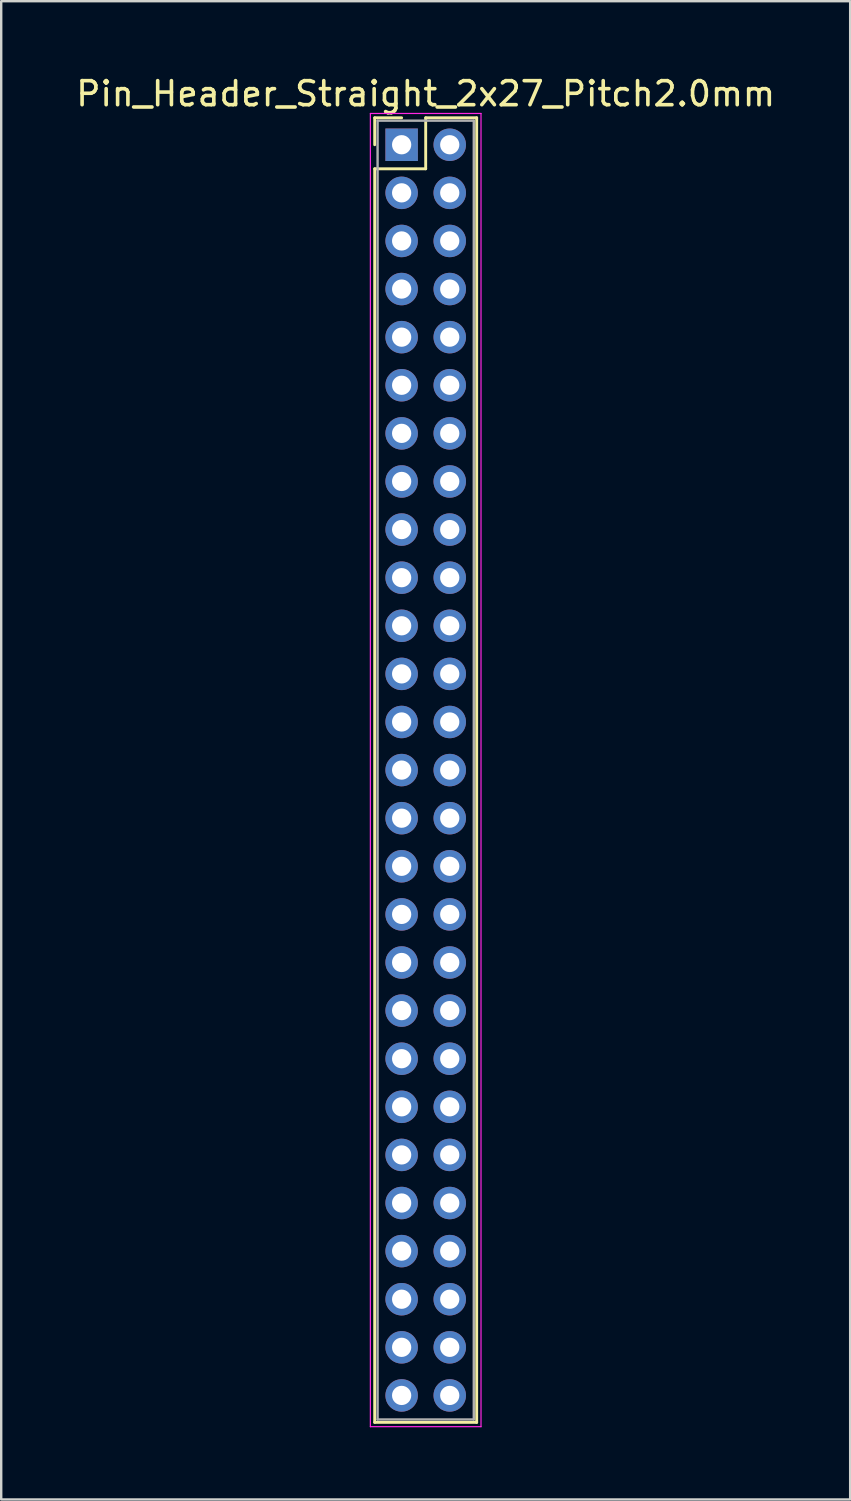
<source format=kicad_pcb>
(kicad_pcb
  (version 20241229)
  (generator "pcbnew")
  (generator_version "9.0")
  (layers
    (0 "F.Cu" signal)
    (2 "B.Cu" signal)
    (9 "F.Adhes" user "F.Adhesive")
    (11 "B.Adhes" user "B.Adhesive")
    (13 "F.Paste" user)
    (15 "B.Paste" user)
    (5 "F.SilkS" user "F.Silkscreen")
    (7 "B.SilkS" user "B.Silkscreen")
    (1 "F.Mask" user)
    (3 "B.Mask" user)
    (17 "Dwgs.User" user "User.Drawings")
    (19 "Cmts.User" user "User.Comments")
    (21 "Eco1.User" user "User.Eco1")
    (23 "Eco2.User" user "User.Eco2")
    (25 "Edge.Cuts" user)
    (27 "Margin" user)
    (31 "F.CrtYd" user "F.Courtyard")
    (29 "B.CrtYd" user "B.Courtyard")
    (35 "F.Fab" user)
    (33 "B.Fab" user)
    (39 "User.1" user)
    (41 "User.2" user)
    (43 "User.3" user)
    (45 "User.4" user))
  (footprint "Pin_Header_Straight_2x27_Pitch2.0mm"
    (layer "F.Cu")
    (at 13.649 2.968)
    (property "Reference" "Pin_Header_Straight_2x27_Pitch2.0mm" (at 1 -2.12 0) (layer "F.SilkS") (effects (font (size 1 1) (thickness 0.15))))
    (attr through_hole)
    (fp_line (start -1.12 -1.12) (end 0 -1.12) (stroke (width 0.12) (type solid)) (layer "F.SilkS"))
    (fp_line (start -1.12 0) (end -1.12 -1.12) (stroke (width 0.12) (type solid)) (layer "F.SilkS"))
    (fp_line (start -1.12 1) (end -1.12 53.12) (stroke (width 0.12) (type solid)) (layer "F.SilkS"))
    (fp_line (start -1.12 53.12) (end 3.12 53.12) (stroke (width 0.12) (type solid)) (layer "F.SilkS"))
    (fp_line (start 1 -1.12) (end 1 1) (stroke (width 0.12) (type solid)) (layer "F.SilkS"))
    (fp_line (start 1 1) (end -1.12 1) (stroke (width 0.12) (type solid)) (layer "F.SilkS"))
    (fp_line (start 3.12 -1.12) (end 1 -1.12) (stroke (width 0.12) (type solid)) (layer "F.SilkS"))
    (fp_line (start 3.12 53.12) (end 3.12 -1.12) (stroke (width 0.12) (type solid)) (layer "F.SilkS"))
    (fp_line (start -1.3 -1.3) (end -1.3 53.3) (stroke (width 0.05) (type solid)) (layer "F.CrtYd"))
    (fp_line (start -1.3 53.3) (end 3.3 53.3) (stroke (width 0.05) (type solid)) (layer "F.CrtYd"))
    (fp_line (start 3.3 -1.3) (end -1.3 -1.3) (stroke (width 0.05) (type solid)) (layer "F.CrtYd"))
    (fp_line (start 3.3 53.3) (end 3.3 -1.3) (stroke (width 0.05) (type solid)) (layer "F.CrtYd"))
    (fp_line (start -1 -1) (end -1 53) (stroke (width 0.1) (type solid)) (layer "F.Fab"))
    (fp_line (start -1 53) (end 3 53) (stroke (width 0.1) (type solid)) (layer "F.Fab"))
    (fp_line (start 3 -1) (end -1 -1) (stroke (width 0.1) (type solid)) (layer "F.Fab"))
    (fp_line (start 3 53) (end 3 -1) (stroke (width 0.1) (type solid)) (layer "F.Fab"))
    (pad "1" thru_hole rect (at 0 0) (size 1.35 1.35) (drill 0.8) (layers "*.Cu" "*.Mask"))
    (pad "2" thru_hole oval (at 2 0) (size 1.35 1.35) (drill 0.8) (layers "*.Cu" "*.Mask"))
    (pad "3" thru_hole oval (at 0 2) (size 1.35 1.35) (drill 0.8) (layers "*.Cu" "*.Mask"))
    (pad "4" thru_hole oval (at 2 2) (size 1.35 1.35) (drill 0.8) (layers "*.Cu" "*.Mask"))
    (pad "5" thru_hole oval (at 0 4) (size 1.35 1.35) (drill 0.8) (layers "*.Cu" "*.Mask"))
    (pad "6" thru_hole oval (at 2 4) (size 1.35 1.35) (drill 0.8) (layers "*.Cu" "*.Mask"))
    (pad "7" thru_hole oval (at 0 6) (size 1.35 1.35) (drill 0.8) (layers "*.Cu" "*.Mask"))
    (pad "8" thru_hole oval (at 2 6) (size 1.35 1.35) (drill 0.8) (layers "*.Cu" "*.Mask"))
    (pad "9" thru_hole oval (at 0 8) (size 1.35 1.35) (drill 0.8) (layers "*.Cu" "*.Mask"))
    (pad "10" thru_hole oval (at 2 8) (size 1.35 1.35) (drill 0.8) (layers "*.Cu" "*.Mask"))
    (pad "11" thru_hole oval (at 0 10) (size 1.35 1.35) (drill 0.8) (layers "*.Cu" "*.Mask"))
    (pad "12" thru_hole oval (at 2 10) (size 1.35 1.35) (drill 0.8) (layers "*.Cu" "*.Mask"))
    (pad "13" thru_hole oval (at 0 12) (size 1.35 1.35) (drill 0.8) (layers "*.Cu" "*.Mask"))
    (pad "14" thru_hole oval (at 2 12) (size 1.35 1.35) (drill 0.8) (layers "*.Cu" "*.Mask"))
    (pad "15" thru_hole oval (at 0 14) (size 1.35 1.35) (drill 0.8) (layers "*.Cu" "*.Mask"))
    (pad "16" thru_hole oval (at 2 14) (size 1.35 1.35) (drill 0.8) (layers "*.Cu" "*.Mask"))
    (pad "17" thru_hole oval (at 0 16) (size 1.35 1.35) (drill 0.8) (layers "*.Cu" "*.Mask"))
    (pad "18" thru_hole oval (at 2 16) (size 1.35 1.35) (drill 0.8) (layers "*.Cu" "*.Mask"))
    (pad "19" thru_hole oval (at 0 18) (size 1.35 1.35) (drill 0.8) (layers "*.Cu" "*.Mask"))
    (pad "20" thru_hole oval (at 2 18) (size 1.35 1.35) (drill 0.8) (layers "*.Cu" "*.Mask"))
    (pad "21" thru_hole oval (at 0 20) (size 1.35 1.35) (drill 0.8) (layers "*.Cu" "*.Mask"))
    (pad "22" thru_hole oval (at 2 20) (size 1.35 1.35) (drill 0.8) (layers "*.Cu" "*.Mask"))
    (pad "23" thru_hole oval (at 0 22) (size 1.35 1.35) (drill 0.8) (layers "*.Cu" "*.Mask"))
    (pad "24" thru_hole oval (at 2 22) (size 1.35 1.35) (drill 0.8) (layers "*.Cu" "*.Mask"))
    (pad "25" thru_hole oval (at 0 24) (size 1.35 1.35) (drill 0.8) (layers "*.Cu" "*.Mask"))
    (pad "26" thru_hole oval (at 2 24) (size 1.35 1.35) (drill 0.8) (layers "*.Cu" "*.Mask"))
    (pad "27" thru_hole oval (at 0 26) (size 1.35 1.35) (drill 0.8) (layers "*.Cu" "*.Mask"))
    (pad "28" thru_hole oval (at 2 26) (size 1.35 1.35) (drill 0.8) (layers "*.Cu" "*.Mask"))
    (pad "29" thru_hole oval (at 0 28) (size 1.35 1.35) (drill 0.8) (layers "*.Cu" "*.Mask"))
    (pad "30" thru_hole oval (at 2 28) (size 1.35 1.35) (drill 0.8) (layers "*.Cu" "*.Mask"))
    (pad "31" thru_hole oval (at 0 30) (size 1.35 1.35) (drill 0.8) (layers "*.Cu" "*.Mask"))
    (pad "32" thru_hole oval (at 2 30) (size 1.35 1.35) (drill 0.8) (layers "*.Cu" "*.Mask"))
    (pad "33" thru_hole oval (at 0 32) (size 1.35 1.35) (drill 0.8) (layers "*.Cu" "*.Mask"))
    (pad "34" thru_hole oval (at 2 32) (size 1.35 1.35) (drill 0.8) (layers "*.Cu" "*.Mask"))
    (pad "35" thru_hole oval (at 0 34) (size 1.35 1.35) (drill 0.8) (layers "*.Cu" "*.Mask"))
    (pad "36" thru_hole oval (at 2 34) (size 1.35 1.35) (drill 0.8) (layers "*.Cu" "*.Mask"))
    (pad "37" thru_hole oval (at 0 36) (size 1.35 1.35) (drill 0.8) (layers "*.Cu" "*.Mask"))
    (pad "38" thru_hole oval (at 2 36) (size 1.35 1.35) (drill 0.8) (layers "*.Cu" "*.Mask"))
    (pad "39" thru_hole oval (at 0 38) (size 1.35 1.35) (drill 0.8) (layers "*.Cu" "*.Mask"))
    (pad "40" thru_hole oval (at 2 38) (size 1.35 1.35) (drill 0.8) (layers "*.Cu" "*.Mask"))
    (pad "41" thru_hole oval (at 0 40) (size 1.35 1.35) (drill 0.8) (layers "*.Cu" "*.Mask"))
    (pad "42" thru_hole oval (at 2 40) (size 1.35 1.35) (drill 0.8) (layers "*.Cu" "*.Mask"))
    (pad "43" thru_hole oval (at 0 42) (size 1.35 1.35) (drill 0.8) (layers "*.Cu" "*.Mask"))
    (pad "44" thru_hole oval (at 2 42) (size 1.35 1.35) (drill 0.8) (layers "*.Cu" "*.Mask"))
    (pad "45" thru_hole oval (at 0 44) (size 1.35 1.35) (drill 0.8) (layers "*.Cu" "*.Mask"))
    (pad "46" thru_hole oval (at 2 44) (size 1.35 1.35) (drill 0.8) (layers "*.Cu" "*.Mask"))
    (pad "47" thru_hole oval (at 0 46) (size 1.35 1.35) (drill 0.8) (layers "*.Cu" "*.Mask"))
    (pad "48" thru_hole oval (at 2 46) (size 1.35 1.35) (drill 0.8) (layers "*.Cu" "*.Mask"))
    (pad "49" thru_hole oval (at 0 48) (size 1.35 1.35) (drill 0.8) (layers "*.Cu" "*.Mask"))
    (pad "50" thru_hole oval (at 2 48) (size 1.35 1.35) (drill 0.8) (layers "*.Cu" "*.Mask"))
    (pad "51" thru_hole oval (at 0 50) (size 1.35 1.35) (drill 0.8) (layers "*.Cu" "*.Mask"))
    (pad "52" thru_hole oval (at 2 50) (size 1.35 1.35) (drill 0.8) (layers "*.Cu" "*.Mask"))
    (pad "53" thru_hole oval (at 0 52) (size 1.35 1.35) (drill 0.8) (layers "*.Cu" "*.Mask"))
    (pad "54" thru_hole oval (at 2 52) (size 1.35 1.35) (drill 0.8) (layers "*.Cu" "*.Mask")))
  (gr_rect
    (start -3 -3)
    (end 32.298 59.293)
    (stroke (width 0.1) (type default))
    (fill no)
    (layer "Edge.Cuts")))
</source>
